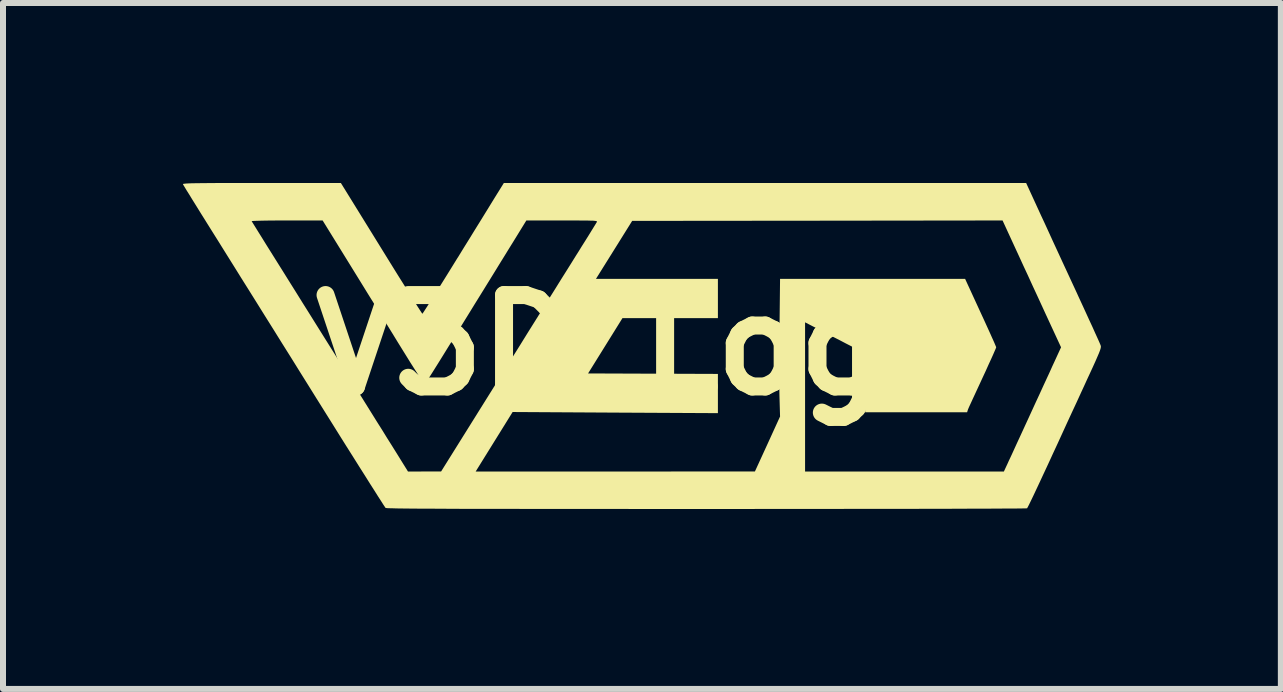
<source format=kicad_pcb>
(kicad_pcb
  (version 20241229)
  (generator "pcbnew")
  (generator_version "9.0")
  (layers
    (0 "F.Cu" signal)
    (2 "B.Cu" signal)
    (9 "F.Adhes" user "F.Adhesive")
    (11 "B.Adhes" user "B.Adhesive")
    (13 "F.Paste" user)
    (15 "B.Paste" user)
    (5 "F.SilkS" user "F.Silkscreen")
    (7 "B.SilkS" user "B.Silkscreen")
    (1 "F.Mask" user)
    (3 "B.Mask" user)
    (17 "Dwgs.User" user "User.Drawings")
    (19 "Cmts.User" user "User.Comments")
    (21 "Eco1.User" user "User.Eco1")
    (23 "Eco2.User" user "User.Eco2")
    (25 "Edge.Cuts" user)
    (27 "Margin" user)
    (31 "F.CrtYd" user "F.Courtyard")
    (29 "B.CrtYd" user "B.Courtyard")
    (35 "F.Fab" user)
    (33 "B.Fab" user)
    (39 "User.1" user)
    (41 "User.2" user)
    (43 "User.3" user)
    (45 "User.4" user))
  (footprint "V3D Logo"
    (layer "F.Cu")
    (at 7.638 2.703)
    (property "Reference" "V3D Logo" (at 0 0 0) (layer "F.SilkS") (effects (font (size 1.524 1.524) (thickness 0.3))))
    (attr board_only exclude_from_pos_files exclude_from_bom)
    (fp_poly (pts (xy 6.669 -2.154) (xy 6.726 -2.032) (xy 6.792 -1.888) (xy 6.865 -1.728) (xy 6.944 -1.557) (xy 7.026 -1.379) (xy 7.109 -1.2) (xy 7.19 -1.025) (xy 7.267 -0.859) (xy 7.284 -0.821) (xy 7.35 -0.678) (xy 7.412 -0.543) (xy 7.47 -0.416) (xy 7.523 -0.302) (xy 7.568 -0.201) (xy 7.606 -0.118) (xy 7.635 -0.053) (xy 7.653 -0.011) (xy 7.66 0.007) (xy 7.663 0.021) (xy 7.662 0.038) (xy 7.657 0.061) (xy 7.646 0.094) (xy 7.629 0.138) (xy 7.604 0.196) (xy 7.571 0.272) (xy 7.528 0.367) (xy 7.474 0.484) (xy 7.439 0.559) (xy 7.388 0.671) (xy 7.327 0.803) (xy 7.258 0.954) (xy 7.182 1.117) (xy 7.103 1.288) (xy 7.023 1.463) (xy 6.943 1.638) (xy 6.865 1.806) (xy 6.827 1.889) (xy 6.76 2.034) (xy 6.696 2.171) (xy 6.637 2.298) (xy 6.583 2.413) (xy 6.536 2.513) (xy 6.496 2.596) (xy 6.465 2.66) (xy 6.443 2.702) (xy 6.433 2.72) (xy 6.432 2.721) (xy 6.416 2.721) (xy 6.373 2.722) (xy 6.302 2.723) (xy 6.206 2.724) (xy 6.084 2.724) (xy 5.938 2.725) (xy 5.77 2.726) (xy 5.579 2.726) (xy 5.368 2.727) (xy 5.137 2.728) (xy 4.887 2.728) (xy 4.619 2.729) (xy 4.334 2.729) (xy 4.033 2.73) (xy 3.718 2.73) (xy 3.389 2.73) (xy 3.047 2.731) (xy 2.694 2.731) (xy 2.329 2.731) (xy 1.955 2.731) (xy 1.573 2.732) (xy 1.183 2.732) (xy 1.089 2.732) (xy 0.604 2.732) (xy 0.148 2.732) (xy -0.28 2.731) (xy -0.682 2.731) (xy -1.058 2.731) (xy -1.408 2.731) (xy -1.734 2.731) (xy -2.036 2.73) (xy -2.315 2.73) (xy -2.572 2.73) (xy -2.807 2.729) (xy -3.022 2.729) (xy -3.216 2.728) (xy -3.391 2.727) (xy -3.548 2.726) (xy -3.687 2.726) (xy -3.808 2.725) (xy -3.914 2.724) (xy -4.003 2.723) (xy -4.079 2.722) (xy -4.14 2.72) (xy -4.187 2.719) (xy -4.223 2.718) (xy -4.246 2.716) (xy -4.258 2.714) (xy -4.261 2.714) (xy -4.271 2.699) (xy -4.296 2.662) (xy -4.334 2.602) (xy -4.385 2.523) (xy -4.448 2.423) (xy -4.522 2.307) (xy -4.606 2.173) (xy -4.648 2.107) (xy -2.759 2.107) (xy -0.431 2.107) (xy 1.896 2.106) (xy 2.106 1.648) (xy 2.315 1.19) (xy 2.306 0.875) (xy 2.304 0.799) (xy 2.303 0.698) (xy 2.303 0.577) (xy 2.302 0.438) (xy 2.302 0.287) (xy 2.303 0.126) (xy 2.304 -0.039) (xy 2.305 -0.205) (xy 2.306 -0.272) (xy 2.315 -1.104) (xy 5.4 -1.104) (xy 5.659 -0.541) (xy 5.714 -0.422) (xy 5.765 -0.31) (xy 5.811 -0.209) (xy 5.85 -0.122) (xy 5.882 -0.051) (xy 5.904 0.001) (xy 5.916 0.03) (xy 5.918 0.036) (xy 5.912 0.053) (xy 5.895 0.093) (xy 5.869 0.153) (xy 5.834 0.231) (xy 5.791 0.324) (xy 5.744 0.429) (xy 5.691 0.543) (xy 5.636 0.662) (xy 5.579 0.785) (xy 5.522 0.908) (xy 5.518 0.917) (xy 5.49 0.978) (xy 5.465 1.032) (xy 5.448 1.072) (xy 5.443 1.087) (xy 5.433 1.119) (xy 3.734 1.119) (xy 3.734 0.628) (xy 3.734 0.138) (xy 3.607 0.072) (xy 3.56 0.048) (xy 3.492 0.013) (xy 3.408 -0.03) (xy 3.313 -0.08) (xy 3.211 -0.132) (xy 3.107 -0.186) (xy 3.106 -0.187) (xy 2.732 -0.38) (xy 2.732 2.107) (xy 6.046 2.107) (xy 6.105 1.98) (xy 6.129 1.927) (xy 6.165 1.851) (xy 6.209 1.755) (xy 6.26 1.643) (xy 6.318 1.518) (xy 6.38 1.383) (xy 6.445 1.242) (xy 6.511 1.098) (xy 6.577 0.954) (xy 6.642 0.814) (xy 6.703 0.68) (xy 6.76 0.557) (xy 6.811 0.447) (xy 6.853 0.353) (xy 6.887 0.28) (xy 6.909 0.232) (xy 6.999 0.036) (xy 6.743 -0.517) (xy 6.676 -0.663) (xy 6.602 -0.824) (xy 6.523 -0.994) (xy 6.445 -1.165) (xy 6.369 -1.328) (xy 6.3 -1.479) (xy 6.256 -1.574) (xy 6.024 -2.078) (xy 2.937 -2.074) (xy -0.15 -2.071) (xy -0.452 -1.587) (xy -0.754 -1.104) (xy 1.279 -1.104) (xy 1.279 -0.45) (xy 0.483 -0.45) (xy -0.312 -0.45) (xy -0.885 0.472) (xy 0.197 0.476) (xy 1.279 0.48) (xy 1.279 1.134) (xy -0.432 1.125) (xy -2.143 1.115) (xy -2.451 1.611) (xy -2.759 2.107) (xy -4.648 2.107) (xy -4.7 2.025) (xy -4.801 1.864) (xy -4.911 1.69) (xy -5.027 1.505) (xy -5.148 1.311) (xy -5.275 1.108) (xy -5.405 0.9) (xy -5.409 0.894) (xy -5.551 0.666) (xy -5.696 0.434) (xy -5.842 0.199) (xy -5.989 -0.035) (xy -6.134 -0.268) (xy -6.277 -0.496) (xy -6.414 -0.716) (xy -6.546 -0.927) (xy -6.671 -1.126) (xy -6.786 -1.311) (xy -6.891 -1.479) (xy -6.984 -1.628) (xy -7.063 -1.755) (xy -7.082 -1.785) (xy -7.173 -1.93) (xy -7.258 -2.066) (xy -6.493 -2.066) (xy -6.485 -2.053) (xy -6.462 -2.016) (xy -6.426 -1.958) (xy -6.377 -1.879) (xy -6.317 -1.783) (xy -6.246 -1.668) (xy -6.165 -1.539) (xy -6.075 -1.395) (xy -5.977 -1.239) (xy -5.873 -1.072) (xy -5.762 -0.895) (xy -5.647 -0.71) (xy -5.552 -0.559) (xy -5.379 -0.282) (xy -5.22 -0.028) (xy -5.074 0.205) (xy -4.94 0.419) (xy -4.817 0.616) (xy -4.703 0.798) (xy -4.598 0.967) (xy -4.5 1.124) (xy -4.408 1.272) (xy -4.32 1.411) (xy -4.237 1.546) (xy -4.155 1.676) (xy -4.075 1.804) (xy -4.002 1.922) (xy -3.887 2.107) (xy -3.335 2.106) (xy -2.281 0.419) (xy -2.15 0.21) (xy -2.02 0.002) (xy -1.893 -0.203) (xy -1.769 -0.401) (xy -1.649 -0.593) (xy -1.535 -0.775) (xy -1.428 -0.946) (xy -1.33 -1.104) (xy -1.24 -1.247) (xy -1.161 -1.373) (xy -1.094 -1.481) (xy -1.039 -1.568) (xy -0.999 -1.633) (xy -0.991 -1.646) (xy -0.931 -1.741) (xy -0.876 -1.829) (xy -0.828 -1.907) (xy -0.788 -1.972) (xy -0.759 -2.019) (xy -0.742 -2.047) (xy -0.74 -2.051) (xy -0.737 -2.058) (xy -0.739 -2.063) (xy -0.748 -2.068) (xy -0.767 -2.071) (xy -0.798 -2.074) (xy -0.844 -2.075) (xy -0.906 -2.077) (xy -0.989 -2.077) (xy -1.094 -2.078) (xy -1.224 -2.078) (xy -1.32 -2.078) (xy -1.914 -2.078) (xy -2.095 -1.784) (xy -2.143 -1.706) (xy -2.204 -1.608) (xy -2.274 -1.494) (xy -2.351 -1.37) (xy -2.432 -1.238) (xy -2.514 -1.105) (xy -2.595 -0.974) (xy -2.622 -0.93) (xy -2.7 -0.804) (xy -2.779 -0.677) (xy -2.855 -0.553) (xy -2.928 -0.435) (xy -2.994 -0.328) (xy -3.051 -0.236) (xy -3.096 -0.163) (xy -3.111 -0.138) (xy -3.213 0.026) (xy -3.3 0.167) (xy -3.374 0.286) (xy -3.436 0.385) (xy -3.486 0.465) (xy -3.527 0.529) (xy -3.558 0.577) (xy -3.581 0.612) (xy -3.597 0.634) (xy -3.607 0.646) (xy -3.611 0.648) (xy -3.621 0.637) (xy -3.645 0.604) (xy -3.681 0.55) (xy -3.727 0.479) (xy -3.782 0.393) (xy -3.845 0.294) (xy -3.913 0.184) (xy -3.98 0.076) (xy -4.057 -0.048) (xy -4.145 -0.192) (xy -4.243 -0.351) (xy -4.348 -0.52) (xy -4.456 -0.696) (xy -4.566 -0.873) (xy -4.673 -1.047) (xy -4.775 -1.212) (xy -4.823 -1.29) (xy -5.31 -2.078) (xy -5.904 -2.078) (xy -6.032 -2.078) (xy -6.15 -2.077) (xy -6.256 -2.076) (xy -6.346 -2.074) (xy -6.417 -2.072) (xy -6.466 -2.07) (xy -6.491 -2.067) (xy -6.493 -2.066) (xy -7.258 -2.066) (xy -7.259 -2.068) (xy -7.34 -2.197) (xy -7.413 -2.315) (xy -7.479 -2.421) (xy -7.534 -2.511) (xy -7.58 -2.584) (xy -7.613 -2.639) (xy -7.633 -2.672) (xy -7.638 -2.682) (xy -7.637 -2.686) (xy -7.628 -2.689) (xy -7.61 -2.691) (xy -7.582 -2.694) (xy -7.541 -2.696) (xy -7.486 -2.698) (xy -7.416 -2.699) (xy -7.329 -2.7) (xy -7.222 -2.701) (xy -7.095 -2.702) (xy -6.946 -2.702) (xy -6.773 -2.703) (xy -6.574 -2.703) (xy -6.348 -2.703) (xy -6.326 -2.703) (xy -5.006 -2.703) (xy -4.332 -1.613) (xy -4.232 -1.451) (xy -4.136 -1.296) (xy -4.046 -1.151) (xy -3.961 -1.016) (xy -3.885 -0.894) (xy -3.817 -0.786) (xy -3.759 -0.694) (xy -3.712 -0.62) (xy -3.677 -0.566) (xy -3.655 -0.533) (xy -3.647 -0.523) (xy -3.638 -0.535) (xy -3.615 -0.57) (xy -3.579 -0.626) (xy -3.531 -0.701) (xy -3.473 -0.793) (xy -3.405 -0.901) (xy -3.33 -1.021) (xy -3.247 -1.154) (xy -3.159 -1.296) (xy -3.067 -1.445) (xy -3.05 -1.471) (xy -2.955 -1.626) (xy -2.861 -1.777) (xy -2.772 -1.922) (xy -2.688 -2.057) (xy -2.611 -2.182) (xy -2.542 -2.294) (xy -2.483 -2.39) (xy -2.435 -2.468) (xy -2.399 -2.526) (xy -2.377 -2.561) (xy -2.377 -2.561) (xy -2.289 -2.703) (xy 6.417 -2.703)) (stroke (width 0) (type solid)) (fill yes) (layer "F.SilkS")))
  (gr_rect
    (start -3 -3)
    (end 18.301 8.434)
    (stroke (width 0.1) (type default))
    (fill no)
    (layer "Edge.Cuts")))
</source>
